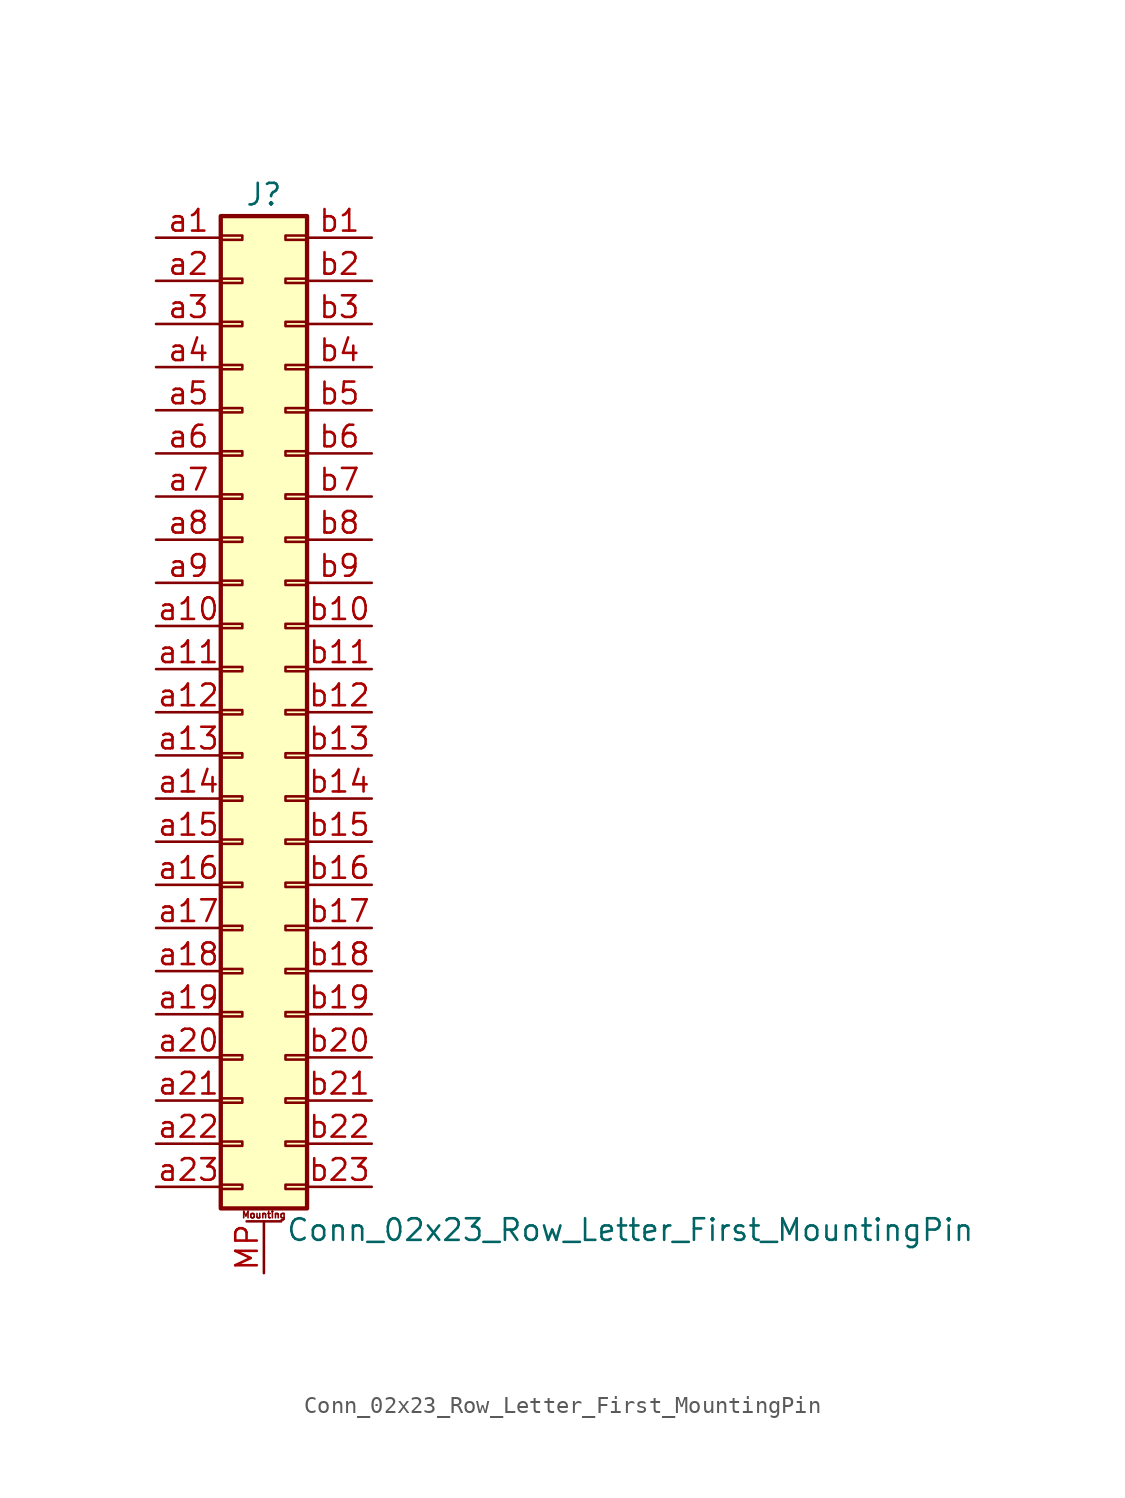
<source format=kicad_sym>
(kicad_symbol_lib
  (version 20201005)
  (generator kicad_symbol_editor)
  (symbol "Conn_02x23_Row_Letter_First_MountingPin"
    (pin_names
      (offset 1.016) hide)
    (property "Reference" "J"
      (at 1.27 30.48 0)
      (effects (font (size 1.27 1.27))))
    (property "Value" "Conn_02x23_Row_Letter_First_MountingPin"
      (at 2.54 -30.48 0)
      (effects (font (size 1.27 1.27)) (justify left)))
    (symbol "Conn_02x23_Row_Letter_First_MountingPin_1_1"
      (text "Mounting" (at 1.27 -29.591 0) (effects (font (size 0.381 0.381))))
      (rectangle (start -1.27 -27.813) (end 0 -28.067) (stroke (width 0.152)) (fill (type none)))
      (rectangle (start -1.27 -25.273) (end 0 -25.527) (stroke (width 0.152)) (fill (type none)))
      (rectangle (start -1.27 -22.733) (end 0 -22.987) (stroke (width 0.152)) (fill (type none)))
      (rectangle (start -1.27 -20.193) (end 0 -20.447) (stroke (width 0.152)) (fill (type none)))
      (rectangle (start -1.27 -17.653) (end 0 -17.907) (stroke (width 0.152)) (fill (type none)))
      (rectangle (start -1.27 -15.113) (end 0 -15.367) (stroke (width 0.152)) (fill (type none)))
      (rectangle (start -1.27 -12.573) (end 0 -12.827) (stroke (width 0.152)) (fill (type none)))
      (rectangle (start -1.27 -10.033) (end 0 -10.287) (stroke (width 0.152)) (fill (type none)))
      (rectangle (start -1.27 -7.493) (end 0 -7.747) (stroke (width 0.152)) (fill (type none)))
      (rectangle (start -1.27 -4.953) (end 0 -5.207) (stroke (width 0.152)) (fill (type none)))
      (rectangle (start -1.27 -2.413) (end 0 -2.667) (stroke (width 0.152)) (fill (type none)))
      (rectangle (start -1.27 0.127) (end 0 -0.127) (stroke (width 0.152)) (fill (type none)))
      (rectangle (start -1.27 2.667) (end 0 2.413) (stroke (width 0.152)) (fill (type none)))
      (rectangle (start -1.27 5.207) (end 0 4.953) (stroke (width 0.152)) (fill (type none)))
      (rectangle (start -1.27 7.747) (end 0 7.493) (stroke (width 0.152)) (fill (type none)))
      (rectangle (start -1.27 10.287) (end 0 10.033) (stroke (width 0.152)) (fill (type none)))
      (rectangle (start -1.27 12.827) (end 0 12.573) (stroke (width 0.152)) (fill (type none)))
      (rectangle (start -1.27 15.367) (end 0 15.113) (stroke (width 0.152)) (fill (type none)))
      (rectangle (start -1.27 17.907) (end 0 17.653) (stroke (width 0.152)) (fill (type none)))
      (rectangle (start -1.27 20.447) (end 0 20.193) (stroke (width 0.152)) (fill (type none)))
      (rectangle (start -1.27 22.987) (end 0 22.733) (stroke (width 0.152)) (fill (type none)))
      (rectangle (start -1.27 25.527) (end 0 25.273) (stroke (width 0.152)) (fill (type none)))
      (rectangle (start -1.27 28.067) (end 0 27.813) (stroke (width 0.152)) (fill (type none)))
      (rectangle (start 3.81 -27.813) (end 2.54 -28.067) (stroke (width 0.152)) (fill (type none)))
      (rectangle (start 3.81 -25.273) (end 2.54 -25.527) (stroke (width 0.152)) (fill (type none)))
      (rectangle (start 3.81 -22.733) (end 2.54 -22.987) (stroke (width 0.152)) (fill (type none)))
      (rectangle (start 3.81 -20.193) (end 2.54 -20.447) (stroke (width 0.152)) (fill (type none)))
      (rectangle (start 3.81 -17.653) (end 2.54 -17.907) (stroke (width 0.152)) (fill (type none)))
      (rectangle (start 3.81 -15.113) (end 2.54 -15.367) (stroke (width 0.152)) (fill (type none)))
      (rectangle (start 3.81 -12.573) (end 2.54 -12.827) (stroke (width 0.152)) (fill (type none)))
      (rectangle (start 3.81 -10.033) (end 2.54 -10.287) (stroke (width 0.152)) (fill (type none)))
      (rectangle (start 3.81 -7.493) (end 2.54 -7.747) (stroke (width 0.152)) (fill (type none)))
      (rectangle (start 3.81 -4.953) (end 2.54 -5.207) (stroke (width 0.152)) (fill (type none)))
      (rectangle (start 3.81 -2.413) (end 2.54 -2.667) (stroke (width 0.152)) (fill (type none)))
      (rectangle (start 3.81 0.127) (end 2.54 -0.127) (stroke (width 0.152)) (fill (type none)))
      (rectangle (start 3.81 2.667) (end 2.54 2.413) (stroke (width 0.152)) (fill (type none)))
      (rectangle (start 3.81 5.207) (end 2.54 4.953) (stroke (width 0.152)) (fill (type none)))
      (rectangle (start 3.81 7.747) (end 2.54 7.493) (stroke (width 0.152)) (fill (type none)))
      (rectangle (start 3.81 10.287) (end 2.54 10.033) (stroke (width 0.152)) (fill (type none)))
      (rectangle (start 3.81 12.827) (end 2.54 12.573) (stroke (width 0.152)) (fill (type none)))
      (rectangle (start 3.81 15.367) (end 2.54 15.113) (stroke (width 0.152)) (fill (type none)))
      (rectangle (start 3.81 17.907) (end 2.54 17.653) (stroke (width 0.152)) (fill (type none)))
      (rectangle (start 3.81 20.447) (end 2.54 20.193) (stroke (width 0.152)) (fill (type none)))
      (rectangle (start 3.81 22.987) (end 2.54 22.733) (stroke (width 0.152)) (fill (type none)))
      (rectangle (start 3.81 25.527) (end 2.54 25.273) (stroke (width 0.152)) (fill (type none)))
      (rectangle (start 3.81 28.067) (end 2.54 27.813) (stroke (width 0.152)) (fill (type none)))
      (rectangle (start -1.27 29.21) (end 3.81 -29.21) (stroke (width 0.254)) (fill (type background)))
      (polyline (pts (xy 0.254 -29.972) (xy 2.286 -29.972)) (stroke (width 0.152)) (fill (type none)))
      (pin passive line (at 1.27 -33.02 90) (length 3.048) (name "MountPin" (effects (font (size 1.27 1.27)))) (number "MP" (effects (font (size 1.27 1.27)))))
      (pin passive line (at -5.08 27.94 0) (length 3.81) (name "Pin_a1" (effects (font (size 1.27 1.27)))) (number "a1" (effects (font (size 1.27 1.27)))))
      (pin passive line (at -5.08 5.08 0) (length 3.81) (name "Pin_a10" (effects (font (size 1.27 1.27)))) (number "a10" (effects (font (size 1.27 1.27)))))
      (pin passive line (at -5.08 2.54 0) (length 3.81) (name "Pin_a11" (effects (font (size 1.27 1.27)))) (number "a11" (effects (font (size 1.27 1.27)))))
      (pin passive line (at -5.08 0 0) (length 3.81) (name "Pin_a12" (effects (font (size 1.27 1.27)))) (number "a12" (effects (font (size 1.27 1.27)))))
      (pin passive line (at -5.08 -2.54 0) (length 3.81) (name "Pin_a13" (effects (font (size 1.27 1.27)))) (number "a13" (effects (font (size 1.27 1.27)))))
      (pin passive line (at -5.08 -5.08 0) (length 3.81) (name "Pin_a14" (effects (font (size 1.27 1.27)))) (number "a14" (effects (font (size 1.27 1.27)))))
      (pin passive line (at -5.08 -7.62 0) (length 3.81) (name "Pin_a15" (effects (font (size 1.27 1.27)))) (number "a15" (effects (font (size 1.27 1.27)))))
      (pin passive line (at -5.08 -10.16 0) (length 3.81) (name "Pin_a16" (effects (font (size 1.27 1.27)))) (number "a16" (effects (font (size 1.27 1.27)))))
      (pin passive line (at -5.08 -12.7 0) (length 3.81) (name "Pin_a17" (effects (font (size 1.27 1.27)))) (number "a17" (effects (font (size 1.27 1.27)))))
      (pin passive line (at -5.08 -15.24 0) (length 3.81) (name "Pin_a18" (effects (font (size 1.27 1.27)))) (number "a18" (effects (font (size 1.27 1.27)))))
      (pin passive line (at -5.08 -17.78 0) (length 3.81) (name "Pin_a19" (effects (font (size 1.27 1.27)))) (number "a19" (effects (font (size 1.27 1.27)))))
      (pin passive line (at -5.08 25.4 0) (length 3.81) (name "Pin_a2" (effects (font (size 1.27 1.27)))) (number "a2" (effects (font (size 1.27 1.27)))))
      (pin passive line (at -5.08 -20.32 0) (length 3.81) (name "Pin_a20" (effects (font (size 1.27 1.27)))) (number "a20" (effects (font (size 1.27 1.27)))))
      (pin passive line (at -5.08 -22.86 0) (length 3.81) (name "Pin_a21" (effects (font (size 1.27 1.27)))) (number "a21" (effects (font (size 1.27 1.27)))))
      (pin passive line (at -5.08 -25.4 0) (length 3.81) (name "Pin_a22" (effects (font (size 1.27 1.27)))) (number "a22" (effects (font (size 1.27 1.27)))))
      (pin passive line (at -5.08 -27.94 0) (length 3.81) (name "Pin_a23" (effects (font (size 1.27 1.27)))) (number "a23" (effects (font (size 1.27 1.27)))))
      (pin passive line (at -5.08 22.86 0) (length 3.81) (name "Pin_a3" (effects (font (size 1.27 1.27)))) (number "a3" (effects (font (size 1.27 1.27)))))
      (pin passive line (at -5.08 20.32 0) (length 3.81) (name "Pin_a4" (effects (font (size 1.27 1.27)))) (number "a4" (effects (font (size 1.27 1.27)))))
      (pin passive line (at -5.08 17.78 0) (length 3.81) (name "Pin_a5" (effects (font (size 1.27 1.27)))) (number "a5" (effects (font (size 1.27 1.27)))))
      (pin passive line (at -5.08 15.24 0) (length 3.81) (name "Pin_a6" (effects (font (size 1.27 1.27)))) (number "a6" (effects (font (size 1.27 1.27)))))
      (pin passive line (at -5.08 12.7 0) (length 3.81) (name "Pin_a7" (effects (font (size 1.27 1.27)))) (number "a7" (effects (font (size 1.27 1.27)))))
      (pin passive line (at -5.08 10.16 0) (length 3.81) (name "Pin_a8" (effects (font (size 1.27 1.27)))) (number "a8" (effects (font (size 1.27 1.27)))))
      (pin passive line (at -5.08 7.62 0) (length 3.81) (name "Pin_a9" (effects (font (size 1.27 1.27)))) (number "a9" (effects (font (size 1.27 1.27)))))
      (pin passive line (at 7.62 27.94 180) (length 3.81) (name "Pin_b1" (effects (font (size 1.27 1.27)))) (number "b1" (effects (font (size 1.27 1.27)))))
      (pin passive line (at 7.62 5.08 180) (length 3.81) (name "Pin_b10" (effects (font (size 1.27 1.27)))) (number "b10" (effects (font (size 1.27 1.27)))))
      (pin passive line (at 7.62 2.54 180) (length 3.81) (name "Pin_b11" (effects (font (size 1.27 1.27)))) (number "b11" (effects (font (size 1.27 1.27)))))
      (pin passive line (at 7.62 0 180) (length 3.81) (name "Pin_b12" (effects (font (size 1.27 1.27)))) (number "b12" (effects (font (size 1.27 1.27)))))
      (pin passive line (at 7.62 -2.54 180) (length 3.81) (name "Pin_b13" (effects (font (size 1.27 1.27)))) (number "b13" (effects (font (size 1.27 1.27)))))
      (pin passive line (at 7.62 -5.08 180) (length 3.81) (name "Pin_b14" (effects (font (size 1.27 1.27)))) (number "b14" (effects (font (size 1.27 1.27)))))
      (pin passive line (at 7.62 -7.62 180) (length 3.81) (name "Pin_b15" (effects (font (size 1.27 1.27)))) (number "b15" (effects (font (size 1.27 1.27)))))
      (pin passive line (at 7.62 -10.16 180) (length 3.81) (name "Pin_b16" (effects (font (size 1.27 1.27)))) (number "b16" (effects (font (size 1.27 1.27)))))
      (pin passive line (at 7.62 -12.7 180) (length 3.81) (name "Pin_b17" (effects (font (size 1.27 1.27)))) (number "b17" (effects (font (size 1.27 1.27)))))
      (pin passive line (at 7.62 -15.24 180) (length 3.81) (name "Pin_b18" (effects (font (size 1.27 1.27)))) (number "b18" (effects (font (size 1.27 1.27)))))
      (pin passive line (at 7.62 -17.78 180) (length 3.81) (name "Pin_b19" (effects (font (size 1.27 1.27)))) (number "b19" (effects (font (size 1.27 1.27)))))
      (pin passive line (at 7.62 25.4 180) (length 3.81) (name "Pin_b2" (effects (font (size 1.27 1.27)))) (number "b2" (effects (font (size 1.27 1.27)))))
      (pin passive line (at 7.62 -20.32 180) (length 3.81) (name "Pin_b20" (effects (font (size 1.27 1.27)))) (number "b20" (effects (font (size 1.27 1.27)))))
      (pin passive line (at 7.62 -22.86 180) (length 3.81) (name "Pin_b21" (effects (font (size 1.27 1.27)))) (number "b21" (effects (font (size 1.27 1.27)))))
      (pin passive line (at 7.62 -25.4 180) (length 3.81) (name "Pin_b22" (effects (font (size 1.27 1.27)))) (number "b22" (effects (font (size 1.27 1.27)))))
      (pin passive line (at 7.62 -27.94 180) (length 3.81) (name "Pin_b23" (effects (font (size 1.27 1.27)))) (number "b23" (effects (font (size 1.27 1.27)))))
      (pin passive line (at 7.62 22.86 180) (length 3.81) (name "Pin_b3" (effects (font (size 1.27 1.27)))) (number "b3" (effects (font (size 1.27 1.27)))))
      (pin passive line (at 7.62 20.32 180) (length 3.81) (name "Pin_b4" (effects (font (size 1.27 1.27)))) (number "b4" (effects (font (size 1.27 1.27)))))
      (pin passive line (at 7.62 17.78 180) (length 3.81) (name "Pin_b5" (effects (font (size 1.27 1.27)))) (number "b5" (effects (font (size 1.27 1.27)))))
      (pin passive line (at 7.62 15.24 180) (length 3.81) (name "Pin_b6" (effects (font (size 1.27 1.27)))) (number "b6" (effects (font (size 1.27 1.27)))))
      (pin passive line (at 7.62 12.7 180) (length 3.81) (name "Pin_b7" (effects (font (size 1.27 1.27)))) (number "b7" (effects (font (size 1.27 1.27)))))
      (pin passive line (at 7.62 10.16 180) (length 3.81) (name "Pin_b8" (effects (font (size 1.27 1.27)))) (number "b8" (effects (font (size 1.27 1.27)))))
      (pin passive line (at 7.62 7.62 180) (length 3.81) (name "Pin_b9" (effects (font (size 1.27 1.27)))) (number "b9" (effects (font (size 1.27 1.27))))))))
</source>
